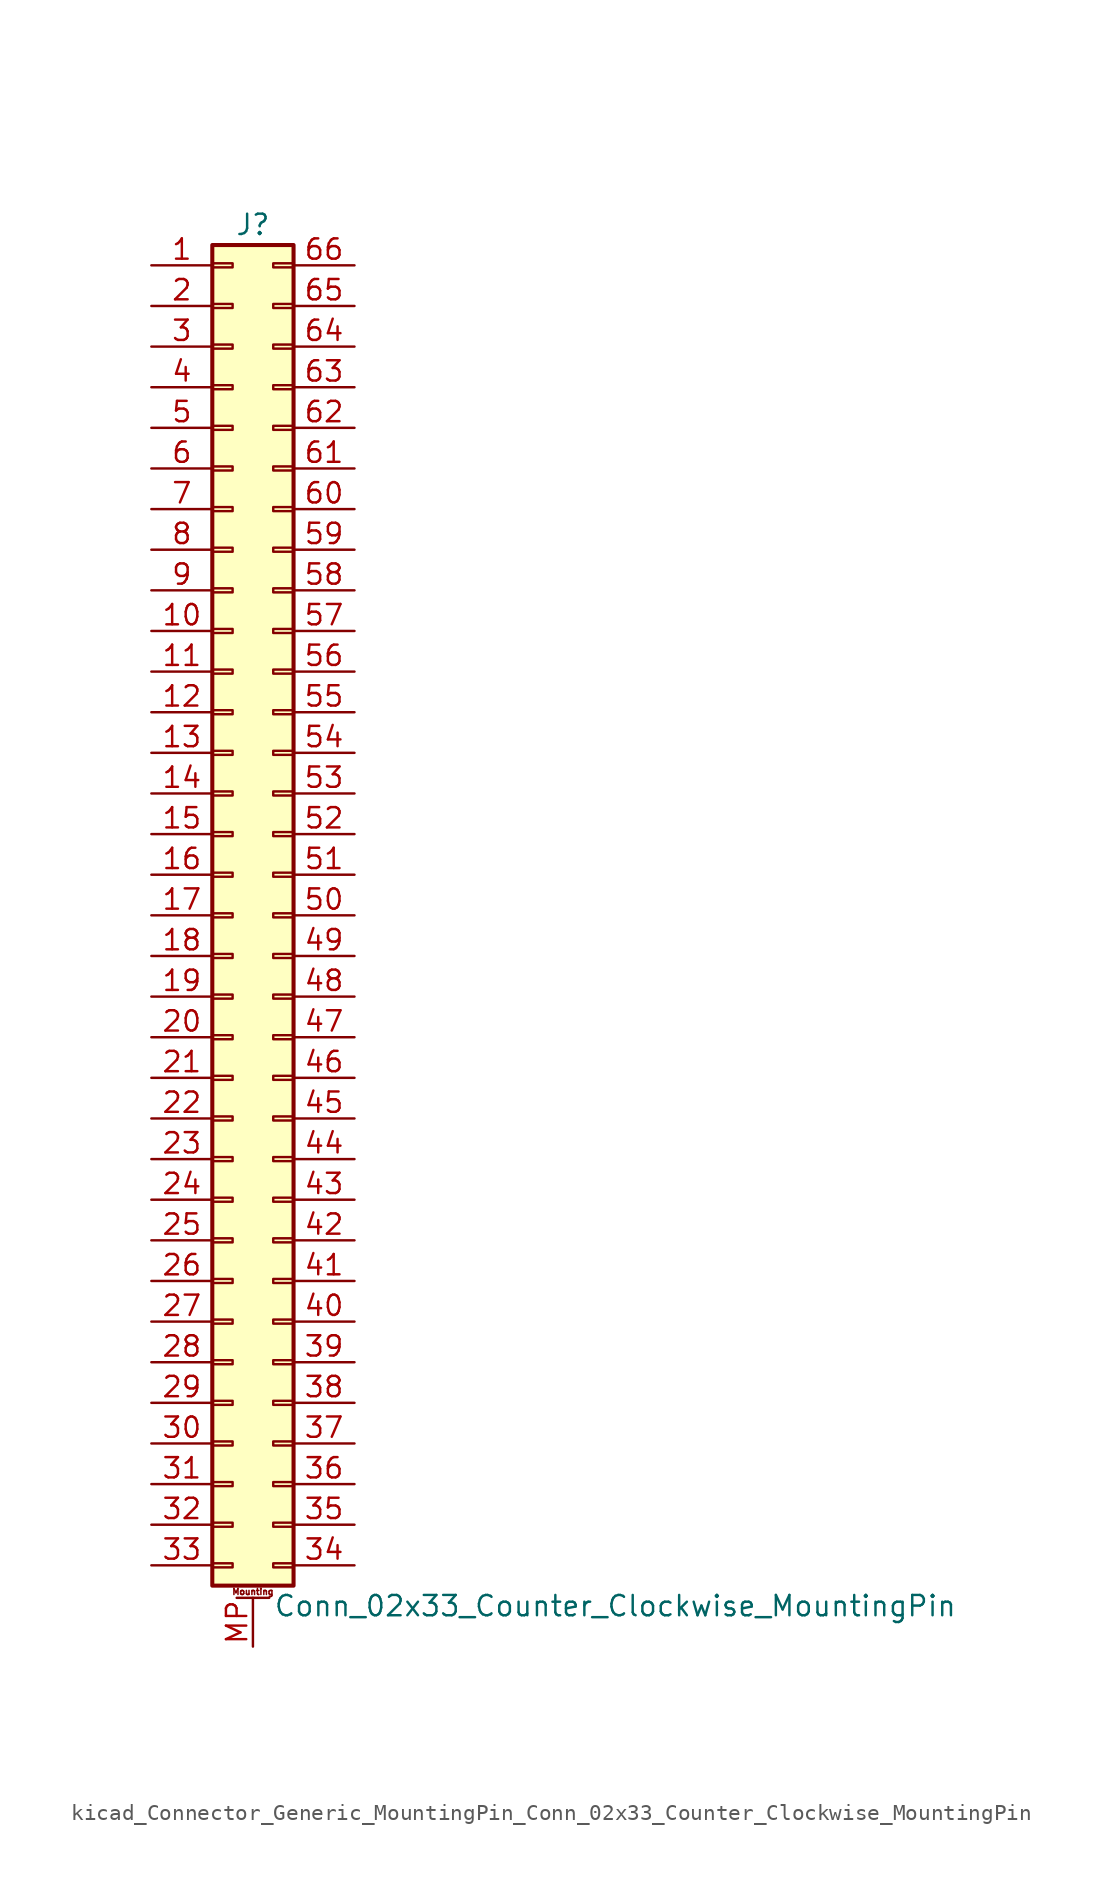
<source format=kicad_sym>
(kicad_symbol_lib
  (version 20220914)
  (generator kicad_symbol_editor)
  (symbol "kicad_Connector_Generic_MountingPin_Conn_02x33_Counter_Clockwise_MountingPin"
    (pin_names
      (offset 1.016) hide)
    (property "Reference" "J"
      (at 1.27 43.18 0)
      (effects (font (size 1.27 1.27))))
    (property "Value" "Conn_02x33_Counter_Clockwise_MountingPin"
      (at 2.54 -43.18 0)
      (effects (font (size 1.27 1.27)) (justify left)))
    (symbol "kicad_Connector_Generic_MountingPin_Conn_02x33_Counter_Clockwise_MountingPin_1_1"
      (rectangle (start -1.27 -40.513) (end 0 -40.767) (stroke (width 0.152) (type default)) (fill (type none)))
      (rectangle (start -1.27 -37.973) (end 0 -38.227) (stroke (width 0.152) (type default)) (fill (type none)))
      (rectangle (start -1.27 -35.433) (end 0 -35.687) (stroke (width 0.152) (type default)) (fill (type none)))
      (rectangle (start -1.27 -32.893) (end 0 -33.147) (stroke (width 0.152) (type default)) (fill (type none)))
      (rectangle (start -1.27 -30.353) (end 0 -30.607) (stroke (width 0.152) (type default)) (fill (type none)))
      (rectangle (start -1.27 -27.813) (end 0 -28.067) (stroke (width 0.152) (type default)) (fill (type none)))
      (rectangle (start -1.27 -25.273) (end 0 -25.527) (stroke (width 0.152) (type default)) (fill (type none)))
      (rectangle (start -1.27 -22.733) (end 0 -22.987) (stroke (width 0.152) (type default)) (fill (type none)))
      (rectangle (start -1.27 -20.193) (end 0 -20.447) (stroke (width 0.152) (type default)) (fill (type none)))
      (rectangle (start -1.27 -17.653) (end 0 -17.907) (stroke (width 0.152) (type default)) (fill (type none)))
      (rectangle (start -1.27 -15.113) (end 0 -15.367) (stroke (width 0.152) (type default)) (fill (type none)))
      (rectangle (start -1.27 -12.573) (end 0 -12.827) (stroke (width 0.152) (type default)) (fill (type none)))
      (rectangle (start -1.27 -10.033) (end 0 -10.287) (stroke (width 0.152) (type default)) (fill (type none)))
      (rectangle (start -1.27 -7.493) (end 0 -7.747) (stroke (width 0.152) (type default)) (fill (type none)))
      (rectangle (start -1.27 -4.953) (end 0 -5.207) (stroke (width 0.152) (type default)) (fill (type none)))
      (rectangle (start -1.27 -2.413) (end 0 -2.667) (stroke (width 0.152) (type default)) (fill (type none)))
      (rectangle (start -1.27 0.127) (end 0 -0.127) (stroke (width 0.152) (type default)) (fill (type none)))
      (rectangle (start -1.27 2.667) (end 0 2.413) (stroke (width 0.152) (type default)) (fill (type none)))
      (rectangle (start -1.27 5.207) (end 0 4.953) (stroke (width 0.152) (type default)) (fill (type none)))
      (rectangle (start -1.27 7.747) (end 0 7.493) (stroke (width 0.152) (type default)) (fill (type none)))
      (rectangle (start -1.27 10.287) (end 0 10.033) (stroke (width 0.152) (type default)) (fill (type none)))
      (rectangle (start -1.27 12.827) (end 0 12.573) (stroke (width 0.152) (type default)) (fill (type none)))
      (rectangle (start -1.27 15.367) (end 0 15.113) (stroke (width 0.152) (type default)) (fill (type none)))
      (rectangle (start -1.27 17.907) (end 0 17.653) (stroke (width 0.152) (type default)) (fill (type none)))
      (rectangle (start -1.27 20.447) (end 0 20.193) (stroke (width 0.152) (type default)) (fill (type none)))
      (rectangle (start -1.27 22.987) (end 0 22.733) (stroke (width 0.152) (type default)) (fill (type none)))
      (rectangle (start -1.27 25.527) (end 0 25.273) (stroke (width 0.152) (type default)) (fill (type none)))
      (rectangle (start -1.27 28.067) (end 0 27.813) (stroke (width 0.152) (type default)) (fill (type none)))
      (rectangle (start -1.27 30.607) (end 0 30.353) (stroke (width 0.152) (type default)) (fill (type none)))
      (rectangle (start -1.27 33.147) (end 0 32.893) (stroke (width 0.152) (type default)) (fill (type none)))
      (rectangle (start -1.27 35.687) (end 0 35.433) (stroke (width 0.152) (type default)) (fill (type none)))
      (rectangle (start -1.27 38.227) (end 0 37.973) (stroke (width 0.152) (type default)) (fill (type none)))
      (rectangle (start -1.27 40.767) (end 0 40.513) (stroke (width 0.152) (type default)) (fill (type none)))
      (rectangle (start -1.27 41.91) (end 3.81 -41.91) (stroke (width 0.254) (type default)) (fill (type background)))
      (polyline (pts (xy 0.254 -42.672) (xy 2.286 -42.672)) (stroke (width 0.152) (type default)) (fill (type none)))
      (rectangle (start 3.81 -40.513) (end 2.54 -40.767) (stroke (width 0.152) (type default)) (fill (type none)))
      (rectangle (start 3.81 -37.973) (end 2.54 -38.227) (stroke (width 0.152) (type default)) (fill (type none)))
      (rectangle (start 3.81 -35.433) (end 2.54 -35.687) (stroke (width 0.152) (type default)) (fill (type none)))
      (rectangle (start 3.81 -32.893) (end 2.54 -33.147) (stroke (width 0.152) (type default)) (fill (type none)))
      (rectangle (start 3.81 -30.353) (end 2.54 -30.607) (stroke (width 0.152) (type default)) (fill (type none)))
      (rectangle (start 3.81 -27.813) (end 2.54 -28.067) (stroke (width 0.152) (type default)) (fill (type none)))
      (rectangle (start 3.81 -25.273) (end 2.54 -25.527) (stroke (width 0.152) (type default)) (fill (type none)))
      (rectangle (start 3.81 -22.733) (end 2.54 -22.987) (stroke (width 0.152) (type default)) (fill (type none)))
      (rectangle (start 3.81 -20.193) (end 2.54 -20.447) (stroke (width 0.152) (type default)) (fill (type none)))
      (rectangle (start 3.81 -17.653) (end 2.54 -17.907) (stroke (width 0.152) (type default)) (fill (type none)))
      (rectangle (start 3.81 -15.113) (end 2.54 -15.367) (stroke (width 0.152) (type default)) (fill (type none)))
      (rectangle (start 3.81 -12.573) (end 2.54 -12.827) (stroke (width 0.152) (type default)) (fill (type none)))
      (rectangle (start 3.81 -10.033) (end 2.54 -10.287) (stroke (width 0.152) (type default)) (fill (type none)))
      (rectangle (start 3.81 -7.493) (end 2.54 -7.747) (stroke (width 0.152) (type default)) (fill (type none)))
      (rectangle (start 3.81 -4.953) (end 2.54 -5.207) (stroke (width 0.152) (type default)) (fill (type none)))
      (rectangle (start 3.81 -2.413) (end 2.54 -2.667) (stroke (width 0.152) (type default)) (fill (type none)))
      (rectangle (start 3.81 0.127) (end 2.54 -0.127) (stroke (width 0.152) (type default)) (fill (type none)))
      (rectangle (start 3.81 2.667) (end 2.54 2.413) (stroke (width 0.152) (type default)) (fill (type none)))
      (rectangle (start 3.81 5.207) (end 2.54 4.953) (stroke (width 0.152) (type default)) (fill (type none)))
      (rectangle (start 3.81 7.747) (end 2.54 7.493) (stroke (width 0.152) (type default)) (fill (type none)))
      (rectangle (start 3.81 10.287) (end 2.54 10.033) (stroke (width 0.152) (type default)) (fill (type none)))
      (rectangle (start 3.81 12.827) (end 2.54 12.573) (stroke (width 0.152) (type default)) (fill (type none)))
      (rectangle (start 3.81 15.367) (end 2.54 15.113) (stroke (width 0.152) (type default)) (fill (type none)))
      (rectangle (start 3.81 17.907) (end 2.54 17.653) (stroke (width 0.152) (type default)) (fill (type none)))
      (rectangle (start 3.81 20.447) (end 2.54 20.193) (stroke (width 0.152) (type default)) (fill (type none)))
      (rectangle (start 3.81 22.987) (end 2.54 22.733) (stroke (width 0.152) (type default)) (fill (type none)))
      (rectangle (start 3.81 25.527) (end 2.54 25.273) (stroke (width 0.152) (type default)) (fill (type none)))
      (rectangle (start 3.81 28.067) (end 2.54 27.813) (stroke (width 0.152) (type default)) (fill (type none)))
      (rectangle (start 3.81 30.607) (end 2.54 30.353) (stroke (width 0.152) (type default)) (fill (type none)))
      (rectangle (start 3.81 33.147) (end 2.54 32.893) (stroke (width 0.152) (type default)) (fill (type none)))
      (rectangle (start 3.81 35.687) (end 2.54 35.433) (stroke (width 0.152) (type default)) (fill (type none)))
      (rectangle (start 3.81 38.227) (end 2.54 37.973) (stroke (width 0.152) (type default)) (fill (type none)))
      (rectangle (start 3.81 40.767) (end 2.54 40.513) (stroke (width 0.152) (type default)) (fill (type none)))
      (text "Mounting" (at 1.27 -42.291 0) (effects (font (size 0.381 0.381))))
      (pin passive line (at -5.08 40.64 0) (length 3.81) (name "Pin_1" (effects (font (size 1.27 1.27)))) (number "1" (effects (font (size 1.27 1.27)))))
      (pin passive line (at -5.08 17.78 0) (length 3.81) (name "Pin_10" (effects (font (size 1.27 1.27)))) (number "10" (effects (font (size 1.27 1.27)))))
      (pin passive line (at -5.08 15.24 0) (length 3.81) (name "Pin_11" (effects (font (size 1.27 1.27)))) (number "11" (effects (font (size 1.27 1.27)))))
      (pin passive line (at -5.08 12.7 0) (length 3.81) (name "Pin_12" (effects (font (size 1.27 1.27)))) (number "12" (effects (font (size 1.27 1.27)))))
      (pin passive line (at -5.08 10.16 0) (length 3.81) (name "Pin_13" (effects (font (size 1.27 1.27)))) (number "13" (effects (font (size 1.27 1.27)))))
      (pin passive line (at -5.08 7.62 0) (length 3.81) (name "Pin_14" (effects (font (size 1.27 1.27)))) (number "14" (effects (font (size 1.27 1.27)))))
      (pin passive line (at -5.08 5.08 0) (length 3.81) (name "Pin_15" (effects (font (size 1.27 1.27)))) (number "15" (effects (font (size 1.27 1.27)))))
      (pin passive line (at -5.08 2.54 0) (length 3.81) (name "Pin_16" (effects (font (size 1.27 1.27)))) (number "16" (effects (font (size 1.27 1.27)))))
      (pin passive line (at -5.08 0 0) (length 3.81) (name "Pin_17" (effects (font (size 1.27 1.27)))) (number "17" (effects (font (size 1.27 1.27)))))
      (pin passive line (at -5.08 -2.54 0) (length 3.81) (name "Pin_18" (effects (font (size 1.27 1.27)))) (number "18" (effects (font (size 1.27 1.27)))))
      (pin passive line (at -5.08 -5.08 0) (length 3.81) (name "Pin_19" (effects (font (size 1.27 1.27)))) (number "19" (effects (font (size 1.27 1.27)))))
      (pin passive line (at -5.08 38.1 0) (length 3.81) (name "Pin_2" (effects (font (size 1.27 1.27)))) (number "2" (effects (font (size 1.27 1.27)))))
      (pin passive line (at -5.08 -7.62 0) (length 3.81) (name "Pin_20" (effects (font (size 1.27 1.27)))) (number "20" (effects (font (size 1.27 1.27)))))
      (pin passive line (at -5.08 -10.16 0) (length 3.81) (name "Pin_21" (effects (font (size 1.27 1.27)))) (number "21" (effects (font (size 1.27 1.27)))))
      (pin passive line (at -5.08 -12.7 0) (length 3.81) (name "Pin_22" (effects (font (size 1.27 1.27)))) (number "22" (effects (font (size 1.27 1.27)))))
      (pin passive line (at -5.08 -15.24 0) (length 3.81) (name "Pin_23" (effects (font (size 1.27 1.27)))) (number "23" (effects (font (size 1.27 1.27)))))
      (pin passive line (at -5.08 -17.78 0) (length 3.81) (name "Pin_24" (effects (font (size 1.27 1.27)))) (number "24" (effects (font (size 1.27 1.27)))))
      (pin passive line (at -5.08 -20.32 0) (length 3.81) (name "Pin_25" (effects (font (size 1.27 1.27)))) (number "25" (effects (font (size 1.27 1.27)))))
      (pin passive line (at -5.08 -22.86 0) (length 3.81) (name "Pin_26" (effects (font (size 1.27 1.27)))) (number "26" (effects (font (size 1.27 1.27)))))
      (pin passive line (at -5.08 -25.4 0) (length 3.81) (name "Pin_27" (effects (font (size 1.27 1.27)))) (number "27" (effects (font (size 1.27 1.27)))))
      (pin passive line (at -5.08 -27.94 0) (length 3.81) (name "Pin_28" (effects (font (size 1.27 1.27)))) (number "28" (effects (font (size 1.27 1.27)))))
      (pin passive line (at -5.08 -30.48 0) (length 3.81) (name "Pin_29" (effects (font (size 1.27 1.27)))) (number "29" (effects (font (size 1.27 1.27)))))
      (pin passive line (at -5.08 35.56 0) (length 3.81) (name "Pin_3" (effects (font (size 1.27 1.27)))) (number "3" (effects (font (size 1.27 1.27)))))
      (pin passive line (at -5.08 -33.02 0) (length 3.81) (name "Pin_30" (effects (font (size 1.27 1.27)))) (number "30" (effects (font (size 1.27 1.27)))))
      (pin passive line (at -5.08 -35.56 0) (length 3.81) (name "Pin_31" (effects (font (size 1.27 1.27)))) (number "31" (effects (font (size 1.27 1.27)))))
      (pin passive line (at -5.08 -38.1 0) (length 3.81) (name "Pin_32" (effects (font (size 1.27 1.27)))) (number "32" (effects (font (size 1.27 1.27)))))
      (pin passive line (at -5.08 -40.64 0) (length 3.81) (name "Pin_33" (effects (font (size 1.27 1.27)))) (number "33" (effects (font (size 1.27 1.27)))))
      (pin passive line (at 7.62 -40.64 180) (length 3.81) (name "Pin_34" (effects (font (size 1.27 1.27)))) (number "34" (effects (font (size 1.27 1.27)))))
      (pin passive line (at 7.62 -38.1 180) (length 3.81) (name "Pin_35" (effects (font (size 1.27 1.27)))) (number "35" (effects (font (size 1.27 1.27)))))
      (pin passive line (at 7.62 -35.56 180) (length 3.81) (name "Pin_36" (effects (font (size 1.27 1.27)))) (number "36" (effects (font (size 1.27 1.27)))))
      (pin passive line (at 7.62 -33.02 180) (length 3.81) (name "Pin_37" (effects (font (size 1.27 1.27)))) (number "37" (effects (font (size 1.27 1.27)))))
      (pin passive line (at 7.62 -30.48 180) (length 3.81) (name "Pin_38" (effects (font (size 1.27 1.27)))) (number "38" (effects (font (size 1.27 1.27)))))
      (pin passive line (at 7.62 -27.94 180) (length 3.81) (name "Pin_39" (effects (font (size 1.27 1.27)))) (number "39" (effects (font (size 1.27 1.27)))))
      (pin passive line (at -5.08 33.02 0) (length 3.81) (name "Pin_4" (effects (font (size 1.27 1.27)))) (number "4" (effects (font (size 1.27 1.27)))))
      (pin passive line (at 7.62 -25.4 180) (length 3.81) (name "Pin_40" (effects (font (size 1.27 1.27)))) (number "40" (effects (font (size 1.27 1.27)))))
      (pin passive line (at 7.62 -22.86 180) (length 3.81) (name "Pin_41" (effects (font (size 1.27 1.27)))) (number "41" (effects (font (size 1.27 1.27)))))
      (pin passive line (at 7.62 -20.32 180) (length 3.81) (name "Pin_42" (effects (font (size 1.27 1.27)))) (number "42" (effects (font (size 1.27 1.27)))))
      (pin passive line (at 7.62 -17.78 180) (length 3.81) (name "Pin_43" (effects (font (size 1.27 1.27)))) (number "43" (effects (font (size 1.27 1.27)))))
      (pin passive line (at 7.62 -15.24 180) (length 3.81) (name "Pin_44" (effects (font (size 1.27 1.27)))) (number "44" (effects (font (size 1.27 1.27)))))
      (pin passive line (at 7.62 -12.7 180) (length 3.81) (name "Pin_45" (effects (font (size 1.27 1.27)))) (number "45" (effects (font (size 1.27 1.27)))))
      (pin passive line (at 7.62 -10.16 180) (length 3.81) (name "Pin_46" (effects (font (size 1.27 1.27)))) (number "46" (effects (font (size 1.27 1.27)))))
      (pin passive line (at 7.62 -7.62 180) (length 3.81) (name "Pin_47" (effects (font (size 1.27 1.27)))) (number "47" (effects (font (size 1.27 1.27)))))
      (pin passive line (at 7.62 -5.08 180) (length 3.81) (name "Pin_48" (effects (font (size 1.27 1.27)))) (number "48" (effects (font (size 1.27 1.27)))))
      (pin passive line (at 7.62 -2.54 180) (length 3.81) (name "Pin_49" (effects (font (size 1.27 1.27)))) (number "49" (effects (font (size 1.27 1.27)))))
      (pin passive line (at -5.08 30.48 0) (length 3.81) (name "Pin_5" (effects (font (size 1.27 1.27)))) (number "5" (effects (font (size 1.27 1.27)))))
      (pin passive line (at 7.62 0 180) (length 3.81) (name "Pin_50" (effects (font (size 1.27 1.27)))) (number "50" (effects (font (size 1.27 1.27)))))
      (pin passive line (at 7.62 2.54 180) (length 3.81) (name "Pin_51" (effects (font (size 1.27 1.27)))) (number "51" (effects (font (size 1.27 1.27)))))
      (pin passive line (at 7.62 5.08 180) (length 3.81) (name "Pin_52" (effects (font (size 1.27 1.27)))) (number "52" (effects (font (size 1.27 1.27)))))
      (pin passive line (at 7.62 7.62 180) (length 3.81) (name "Pin_53" (effects (font (size 1.27 1.27)))) (number "53" (effects (font (size 1.27 1.27)))))
      (pin passive line (at 7.62 10.16 180) (length 3.81) (name "Pin_54" (effects (font (size 1.27 1.27)))) (number "54" (effects (font (size 1.27 1.27)))))
      (pin passive line (at 7.62 12.7 180) (length 3.81) (name "Pin_55" (effects (font (size 1.27 1.27)))) (number "55" (effects (font (size 1.27 1.27)))))
      (pin passive line (at 7.62 15.24 180) (length 3.81) (name "Pin_56" (effects (font (size 1.27 1.27)))) (number "56" (effects (font (size 1.27 1.27)))))
      (pin passive line (at 7.62 17.78 180) (length 3.81) (name "Pin_57" (effects (font (size 1.27 1.27)))) (number "57" (effects (font (size 1.27 1.27)))))
      (pin passive line (at 7.62 20.32 180) (length 3.81) (name "Pin_58" (effects (font (size 1.27 1.27)))) (number "58" (effects (font (size 1.27 1.27)))))
      (pin passive line (at 7.62 22.86 180) (length 3.81) (name "Pin_59" (effects (font (size 1.27 1.27)))) (number "59" (effects (font (size 1.27 1.27)))))
      (pin passive line (at -5.08 27.94 0) (length 3.81) (name "Pin_6" (effects (font (size 1.27 1.27)))) (number "6" (effects (font (size 1.27 1.27)))))
      (pin passive line (at 7.62 25.4 180) (length 3.81) (name "Pin_60" (effects (font (size 1.27 1.27)))) (number "60" (effects (font (size 1.27 1.27)))))
      (pin passive line (at 7.62 27.94 180) (length 3.81) (name "Pin_61" (effects (font (size 1.27 1.27)))) (number "61" (effects (font (size 1.27 1.27)))))
      (pin passive line (at 7.62 30.48 180) (length 3.81) (name "Pin_62" (effects (font (size 1.27 1.27)))) (number "62" (effects (font (size 1.27 1.27)))))
      (pin passive line (at 7.62 33.02 180) (length 3.81) (name "Pin_63" (effects (font (size 1.27 1.27)))) (number "63" (effects (font (size 1.27 1.27)))))
      (pin passive line (at 7.62 35.56 180) (length 3.81) (name "Pin_64" (effects (font (size 1.27 1.27)))) (number "64" (effects (font (size 1.27 1.27)))))
      (pin passive line (at 7.62 38.1 180) (length 3.81) (name "Pin_65" (effects (font (size 1.27 1.27)))) (number "65" (effects (font (size 1.27 1.27)))))
      (pin passive line (at 7.62 40.64 180) (length 3.81) (name "Pin_66" (effects (font (size 1.27 1.27)))) (number "66" (effects (font (size 1.27 1.27)))))
      (pin passive line (at -5.08 25.4 0) (length 3.81) (name "Pin_7" (effects (font (size 1.27 1.27)))) (number "7" (effects (font (size 1.27 1.27)))))
      (pin passive line (at -5.08 22.86 0) (length 3.81) (name "Pin_8" (effects (font (size 1.27 1.27)))) (number "8" (effects (font (size 1.27 1.27)))))
      (pin passive line (at -5.08 20.32 0) (length 3.81) (name "Pin_9" (effects (font (size 1.27 1.27)))) (number "9" (effects (font (size 1.27 1.27)))))
      (pin passive line (at 1.27 -45.72 90) (length 3.048) (name "MountPin" (effects (font (size 1.27 1.27)))) (number "MP" (effects (font (size 1.27 1.27))))))))
</source>
